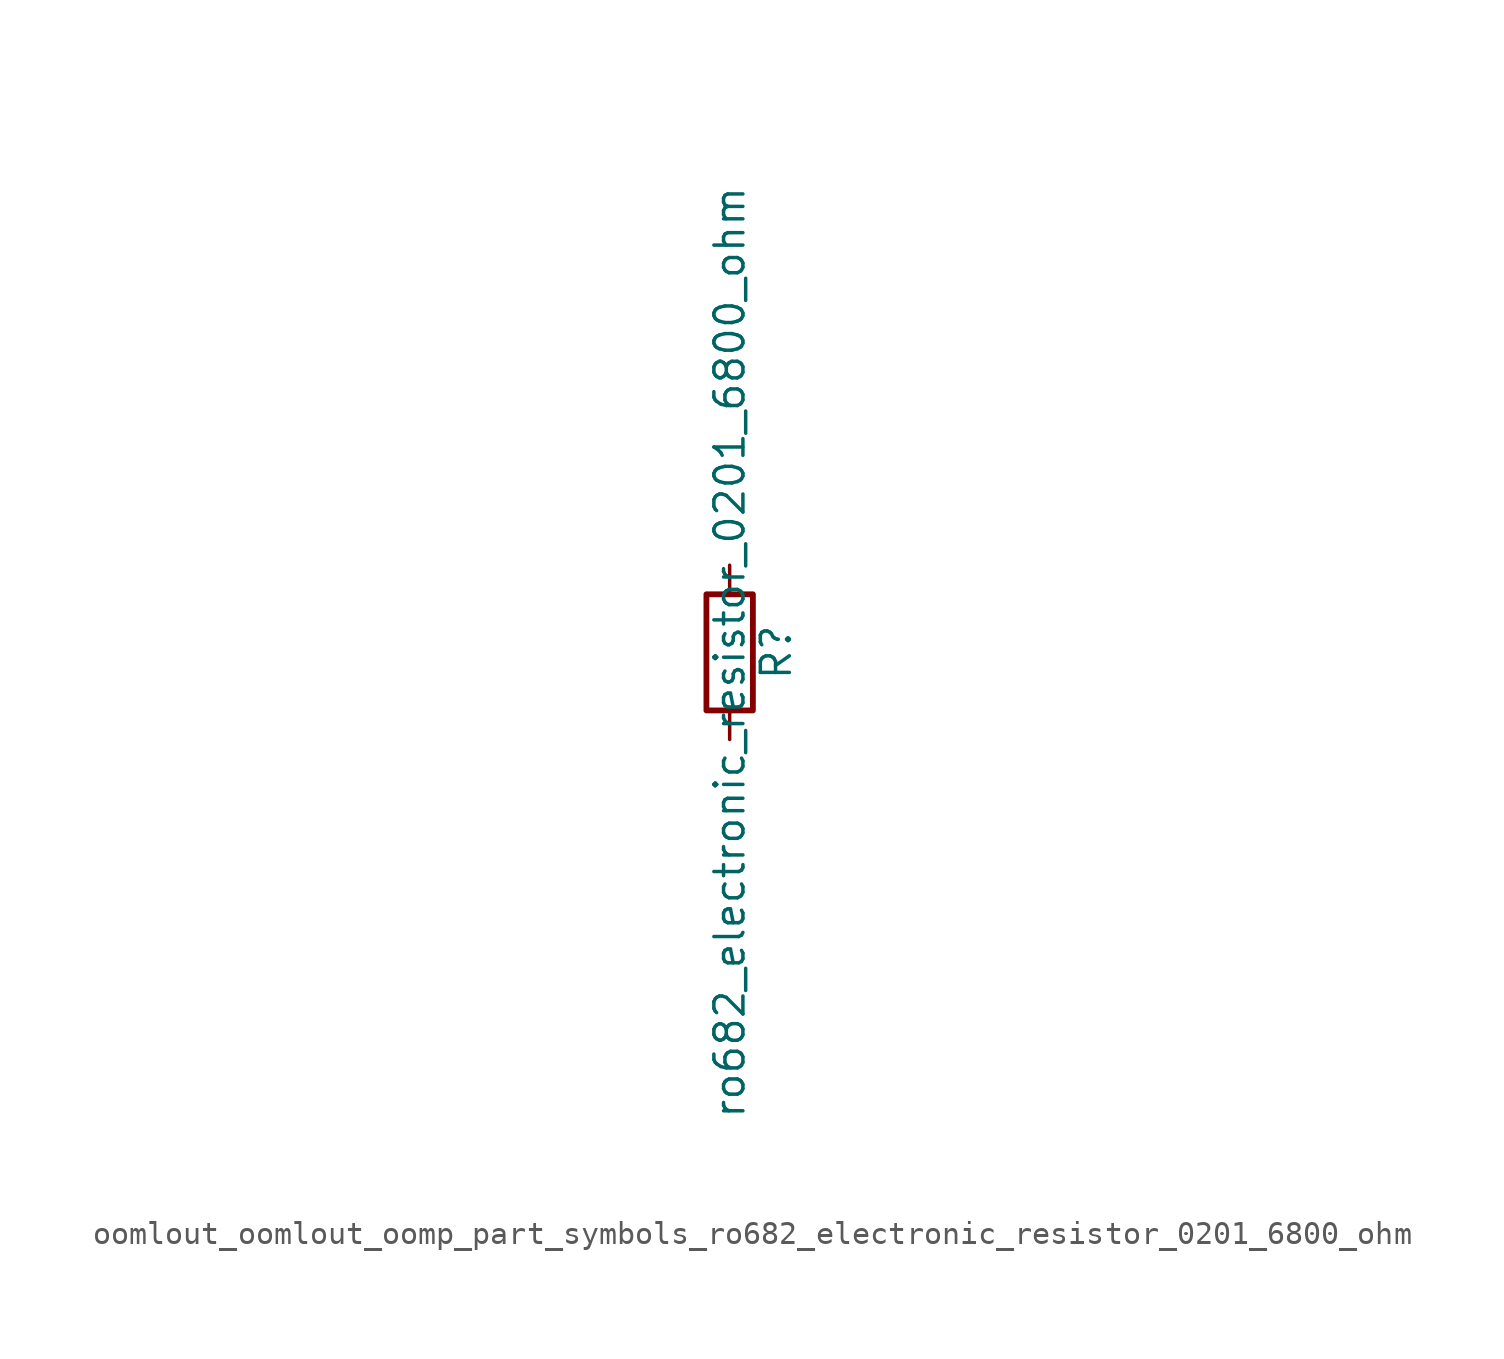
<source format=kicad_sym>
(kicad_symbol_lib
  (version 20220914)
  (generator kicad_symbol_editor)
  (symbol "oomlout_oomlout_oomp_part_symbols_ro682_electronic_resistor_0201_6800_ohm"
    (pin_numbers hide)
    (pin_names
      (offset 0))
    (property "Reference" "R"
      (at 2.032 0 90)
      (effects (font (size 1.27 1.27))))
    (property "Value" "ro682_electronic_resistor_0201_6800_ohm"
      (at 0 0 90)
      (effects (font (size 1.27 1.27))))
    (symbol "oomlout_oomlout_oomp_part_symbols_ro682_electronic_resistor_0201_6800_ohm_0_1"
      (rectangle (start -1.016 -2.54) (end 1.016 2.54) (stroke (width 0.254) (type default)) (fill (type none))))
    (symbol "oomlout_oomlout_oomp_part_symbols_ro682_electronic_resistor_0201_6800_ohm_1_1"
      (pin passive line (at 0 3.81 270) (length 1.27) (name "~" (effects (font (size 1.27 1.27)))) (number "1" (effects (font (size 1.27 1.27)))))
      (pin passive line (at 0 -3.81 90) (length 1.27) (name "~" (effects (font (size 1.27 1.27)))) (number "2" (effects (font (size 1.27 1.27))))))))
</source>
